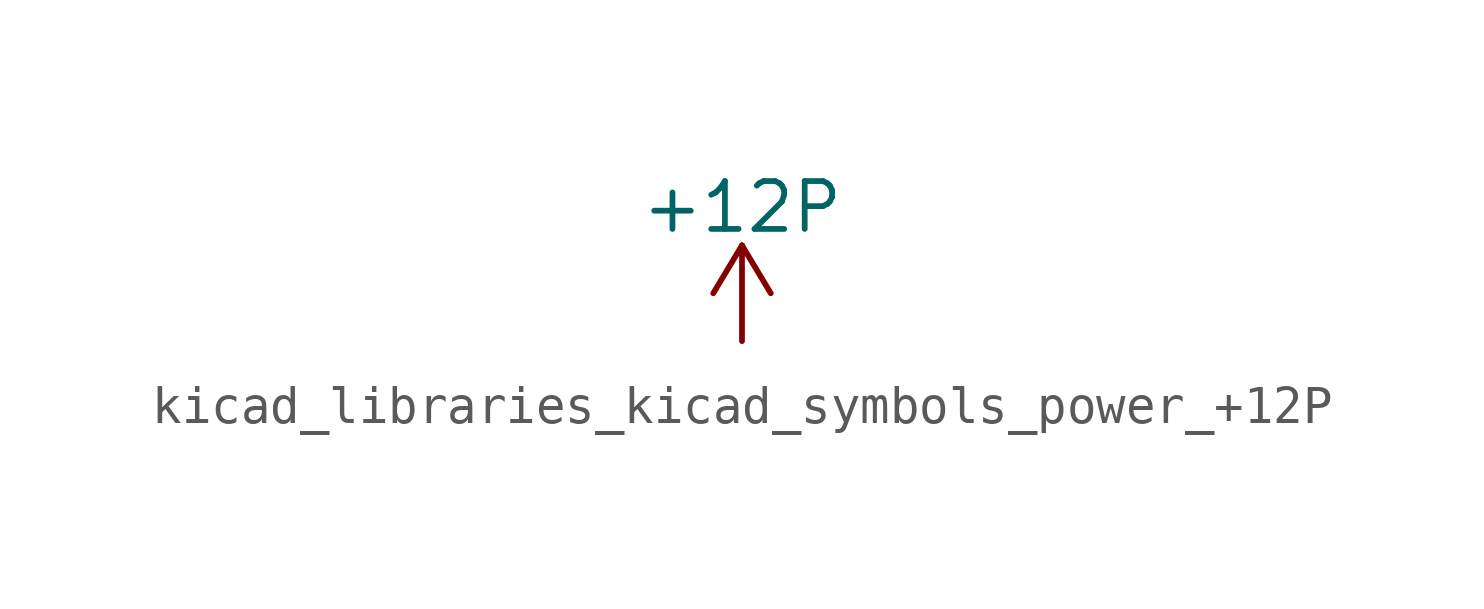
<source format=kicad_sym>
(kicad_symbol_lib
  (version 20220914)
  (generator kicad_symbol_editor)
  (symbol "kicad_libraries_kicad_symbols_power_+12P"
    (power)
    (pin_names
      (offset 0))
    (property "Reference" "#PWR"
      (at 0 -3.81 0)
      (effects (font (size 1.27 1.27)) hide))
    (property "Value" "+12P"
      (at 0 3.556 0)
      (effects (font (size 1.27 1.27))))
    (symbol "kicad_libraries_kicad_symbols_power_+12P_0_1"
      (polyline (pts (xy -0.762 1.27) (xy 0 2.54)) (stroke (width 0) (type default)) (fill (type none)))
      (polyline (pts (xy 0 0) (xy 0 2.54)) (stroke (width 0) (type default)) (fill (type none)))
      (polyline (pts (xy 0 2.54) (xy 0.762 1.27)) (stroke (width 0) (type default)) (fill (type none))))
    (symbol "kicad_libraries_kicad_symbols_power_+12P_1_1"
      (pin power_in line (at 0 0 90) (length 0) hide (name "+12P" (effects (font (size 1.27 1.27)))) (number "1" (effects (font (size 1.27 1.27))))))))
</source>
